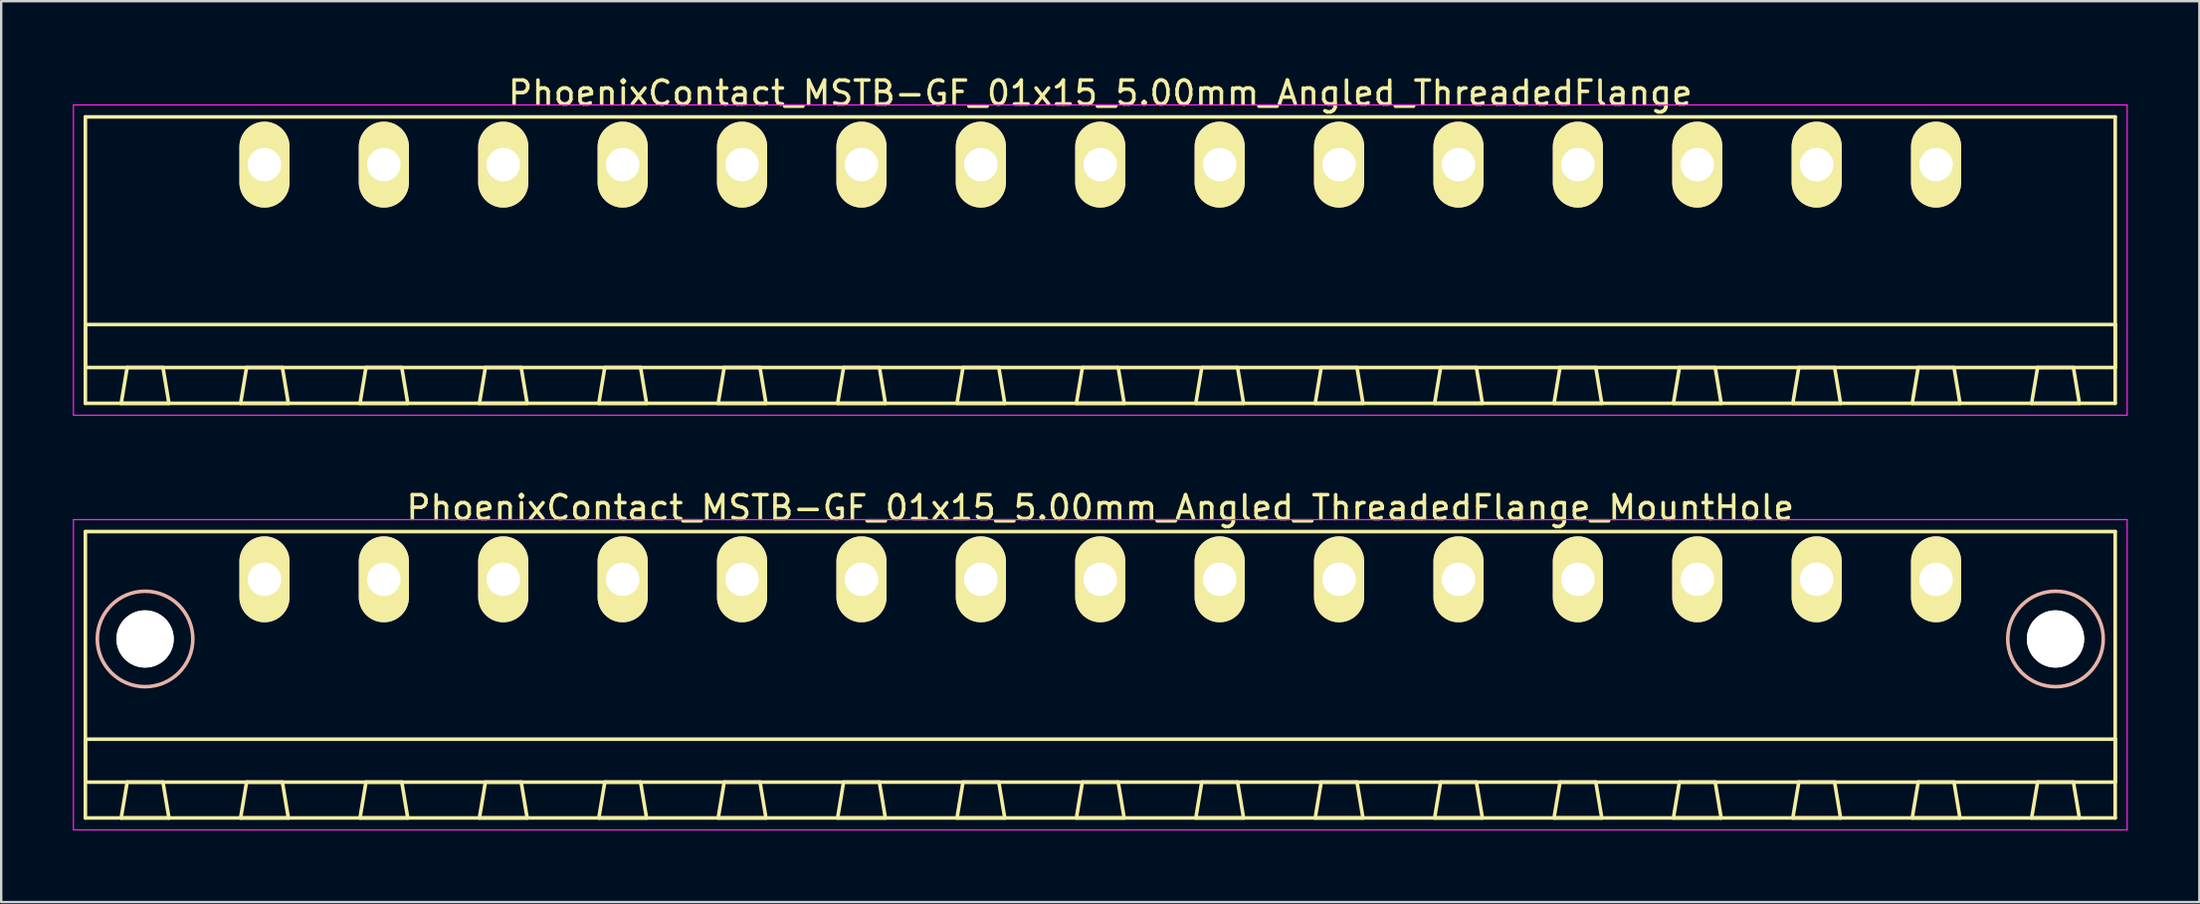
<source format=kicad_pcb>
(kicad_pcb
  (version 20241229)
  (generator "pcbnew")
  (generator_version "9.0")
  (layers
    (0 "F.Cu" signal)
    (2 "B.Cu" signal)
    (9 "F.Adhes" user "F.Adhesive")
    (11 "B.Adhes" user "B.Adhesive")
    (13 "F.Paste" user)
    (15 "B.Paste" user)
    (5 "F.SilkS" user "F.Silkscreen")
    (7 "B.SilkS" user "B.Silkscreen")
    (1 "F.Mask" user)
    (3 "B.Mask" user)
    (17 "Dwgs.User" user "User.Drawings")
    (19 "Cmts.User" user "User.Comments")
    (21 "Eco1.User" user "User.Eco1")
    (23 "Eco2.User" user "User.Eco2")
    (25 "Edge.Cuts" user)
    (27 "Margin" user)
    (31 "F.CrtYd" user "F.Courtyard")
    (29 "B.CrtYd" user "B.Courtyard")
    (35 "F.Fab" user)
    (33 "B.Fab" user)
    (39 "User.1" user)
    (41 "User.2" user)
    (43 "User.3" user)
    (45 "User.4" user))
  (footprint "PhoenixContact_MSTB-GF_01x15_5.00mm_Angled_ThreadedFlange_MountHole"
    (layer "F.Cu")
    (at 8.025 21.221)
    (property "Reference" "PhoenixContact_MSTB-GF_01x15_5.00mm_Angled_ThreadedFlange_MountHole" (at 35 -3 0) (layer "F.SilkS") (effects (font (size 1 1) (thickness 0.15))))
    (attr through_hole)
    (fp_line (start -7.5 -2) (end -7.5 10) (stroke (width 0.15) (type solid)) (layer "F.SilkS"))
    (fp_line (start -7.5 6.7) (end 77.5 6.7) (stroke (width 0.15) (type solid)) (layer "F.SilkS"))
    (fp_line (start -7.5 8.5) (end -7.5 6.7) (stroke (width 0.15) (type solid)) (layer "F.SilkS"))
    (fp_line (start -7.5 10) (end 77.5 10) (stroke (width 0.15) (type solid)) (layer "F.SilkS"))
    (fp_line (start -6 10) (end -4 10) (stroke (width 0.15) (type solid)) (layer "F.SilkS"))
    (fp_line (start -5.75 8.5) (end -6 10) (stroke (width 0.15) (type solid)) (layer "F.SilkS"))
    (fp_line (start -4.25 8.5) (end -5.75 8.5) (stroke (width 0.15) (type solid)) (layer "F.SilkS"))
    (fp_line (start -4 10) (end -4.25 8.5) (stroke (width 0.15) (type solid)) (layer "F.SilkS"))
    (fp_line (start -1 10) (end 1 10) (stroke (width 0.15) (type solid)) (layer "F.SilkS"))
    (fp_line (start -0.75 8.5) (end -1 10) (stroke (width 0.15) (type solid)) (layer "F.SilkS"))
    (fp_line (start 0.75 8.5) (end -0.75 8.5) (stroke (width 0.15) (type solid)) (layer "F.SilkS"))
    (fp_line (start 1 10) (end 0.75 8.5) (stroke (width 0.15) (type solid)) (layer "F.SilkS"))
    (fp_line (start 4 10) (end 6 10) (stroke (width 0.15) (type solid)) (layer "F.SilkS"))
    (fp_line (start 4.25 8.5) (end 4 10) (stroke (width 0.15) (type solid)) (layer "F.SilkS"))
    (fp_line (start 5.75 8.5) (end 4.25 8.5) (stroke (width 0.15) (type solid)) (layer "F.SilkS"))
    (fp_line (start 6 10) (end 5.75 8.5) (stroke (width 0.15) (type solid)) (layer "F.SilkS"))
    (fp_line (start 9 10) (end 11 10) (stroke (width 0.15) (type solid)) (layer "F.SilkS"))
    (fp_line (start 9.25 8.5) (end 9 10) (stroke (width 0.15) (type solid)) (layer "F.SilkS"))
    (fp_line (start 10.75 8.5) (end 9.25 8.5) (stroke (width 0.15) (type solid)) (layer "F.SilkS"))
    (fp_line (start 11 10) (end 10.75 8.5) (stroke (width 0.15) (type solid)) (layer "F.SilkS"))
    (fp_line (start 14 10) (end 16 10) (stroke (width 0.15) (type solid)) (layer "F.SilkS"))
    (fp_line (start 14.25 8.5) (end 14 10) (stroke (width 0.15) (type solid)) (layer "F.SilkS"))
    (fp_line (start 15.75 8.5) (end 14.25 8.5) (stroke (width 0.15) (type solid)) (layer "F.SilkS"))
    (fp_line (start 16 10) (end 15.75 8.5) (stroke (width 0.15) (type solid)) (layer "F.SilkS"))
    (fp_line (start 19 10) (end 21 10) (stroke (width 0.15) (type solid)) (layer "F.SilkS"))
    (fp_line (start 19.25 8.5) (end 19 10) (stroke (width 0.15) (type solid)) (layer "F.SilkS"))
    (fp_line (start 20.75 8.5) (end 19.25 8.5) (stroke (width 0.15) (type solid)) (layer "F.SilkS"))
    (fp_line (start 21 10) (end 20.75 8.5) (stroke (width 0.15) (type solid)) (layer "F.SilkS"))
    (fp_line (start 24 10) (end 26 10) (stroke (width 0.15) (type solid)) (layer "F.SilkS"))
    (fp_line (start 24.25 8.5) (end 24 10) (stroke (width 0.15) (type solid)) (layer "F.SilkS"))
    (fp_line (start 25.75 8.5) (end 24.25 8.5) (stroke (width 0.15) (type solid)) (layer "F.SilkS"))
    (fp_line (start 26 10) (end 25.75 8.5) (stroke (width 0.15) (type solid)) (layer "F.SilkS"))
    (fp_line (start 29 10) (end 31 10) (stroke (width 0.15) (type solid)) (layer "F.SilkS"))
    (fp_line (start 29.25 8.5) (end 29 10) (stroke (width 0.15) (type solid)) (layer "F.SilkS"))
    (fp_line (start 30.75 8.5) (end 29.25 8.5) (stroke (width 0.15) (type solid)) (layer "F.SilkS"))
    (fp_line (start 31 10) (end 30.75 8.5) (stroke (width 0.15) (type solid)) (layer "F.SilkS"))
    (fp_line (start 34 10) (end 36 10) (stroke (width 0.15) (type solid)) (layer "F.SilkS"))
    (fp_line (start 34.25 8.5) (end 34 10) (stroke (width 0.15) (type solid)) (layer "F.SilkS"))
    (fp_line (start 35.75 8.5) (end 34.25 8.5) (stroke (width 0.15) (type solid)) (layer "F.SilkS"))
    (fp_line (start 36 10) (end 35.75 8.5) (stroke (width 0.15) (type solid)) (layer "F.SilkS"))
    (fp_line (start 39 10) (end 41 10) (stroke (width 0.15) (type solid)) (layer "F.SilkS"))
    (fp_line (start 39.25 8.5) (end 39 10) (stroke (width 0.15) (type solid)) (layer "F.SilkS"))
    (fp_line (start 40.75 8.5) (end 39.25 8.5) (stroke (width 0.15) (type solid)) (layer "F.SilkS"))
    (fp_line (start 41 10) (end 40.75 8.5) (stroke (width 0.15) (type solid)) (layer "F.SilkS"))
    (fp_line (start 44 10) (end 46 10) (stroke (width 0.15) (type solid)) (layer "F.SilkS"))
    (fp_line (start 44.25 8.5) (end 44 10) (stroke (width 0.15) (type solid)) (layer "F.SilkS"))
    (fp_line (start 45.75 8.5) (end 44.25 8.5) (stroke (width 0.15) (type solid)) (layer "F.SilkS"))
    (fp_line (start 46 10) (end 45.75 8.5) (stroke (width 0.15) (type solid)) (layer "F.SilkS"))
    (fp_line (start 49 10) (end 51 10) (stroke (width 0.15) (type solid)) (layer "F.SilkS"))
    (fp_line (start 49.25 8.5) (end 49 10) (stroke (width 0.15) (type solid)) (layer "F.SilkS"))
    (fp_line (start 50.75 8.5) (end 49.25 8.5) (stroke (width 0.15) (type solid)) (layer "F.SilkS"))
    (fp_line (start 51 10) (end 50.75 8.5) (stroke (width 0.15) (type solid)) (layer "F.SilkS"))
    (fp_line (start 54 10) (end 56 10) (stroke (width 0.15) (type solid)) (layer "F.SilkS"))
    (fp_line (start 54.25 8.5) (end 54 10) (stroke (width 0.15) (type solid)) (layer "F.SilkS"))
    (fp_line (start 55.75 8.5) (end 54.25 8.5) (stroke (width 0.15) (type solid)) (layer "F.SilkS"))
    (fp_line (start 56 10) (end 55.75 8.5) (stroke (width 0.15) (type solid)) (layer "F.SilkS"))
    (fp_line (start 59 10) (end 61 10) (stroke (width 0.15) (type solid)) (layer "F.SilkS"))
    (fp_line (start 59.25 8.5) (end 59 10) (stroke (width 0.15) (type solid)) (layer "F.SilkS"))
    (fp_line (start 60.75 8.5) (end 59.25 8.5) (stroke (width 0.15) (type solid)) (layer "F.SilkS"))
    (fp_line (start 61 10) (end 60.75 8.5) (stroke (width 0.15) (type solid)) (layer "F.SilkS"))
    (fp_line (start 64 10) (end 66 10) (stroke (width 0.15) (type solid)) (layer "F.SilkS"))
    (fp_line (start 64.25 8.5) (end 64 10) (stroke (width 0.15) (type solid)) (layer "F.SilkS"))
    (fp_line (start 65.75 8.5) (end 64.25 8.5) (stroke (width 0.15) (type solid)) (layer "F.SilkS"))
    (fp_line (start 66 10) (end 65.75 8.5) (stroke (width 0.15) (type solid)) (layer "F.SilkS"))
    (fp_line (start 69 10) (end 71 10) (stroke (width 0.15) (type solid)) (layer "F.SilkS"))
    (fp_line (start 69.25 8.5) (end 69 10) (stroke (width 0.15) (type solid)) (layer "F.SilkS"))
    (fp_line (start 70.75 8.5) (end 69.25 8.5) (stroke (width 0.15) (type solid)) (layer "F.SilkS"))
    (fp_line (start 71 10) (end 70.75 8.5) (stroke (width 0.15) (type solid)) (layer "F.SilkS"))
    (fp_line (start 74 10) (end 76 10) (stroke (width 0.15) (type solid)) (layer "F.SilkS"))
    (fp_line (start 74.25 8.5) (end 74 10) (stroke (width 0.15) (type solid)) (layer "F.SilkS"))
    (fp_line (start 75.75 8.5) (end 74.25 8.5) (stroke (width 0.15) (type solid)) (layer "F.SilkS"))
    (fp_line (start 76 10) (end 75.75 8.5) (stroke (width 0.15) (type solid)) (layer "F.SilkS"))
    (fp_line (start 77.5 -2) (end -7.5 -2) (stroke (width 0.15) (type solid)) (layer "F.SilkS"))
    (fp_line (start 77.5 6.7) (end 77.5 8.5) (stroke (width 0.15) (type solid)) (layer "F.SilkS"))
    (fp_line (start 77.5 8.5) (end -7.5 8.5) (stroke (width 0.15) (type solid)) (layer "F.SilkS"))
    (fp_line (start 77.5 10) (end 77.5 -2) (stroke (width 0.15) (type solid)) (layer "F.SilkS"))
    (fp_circle (center -5 2.5) (end -3 2.5) (stroke (width 0.15) (type solid)) (fill no) (layer "B.SilkS"))
    (fp_circle (center 75 2.5) (end 77 2.5) (stroke (width 0.15) (type solid)) (fill no) (layer "B.SilkS"))
    (fp_line (start -8 -2.5) (end -8 10.5) (stroke (width 0.05) (type solid)) (layer "F.CrtYd"))
    (fp_line (start -8 10.5) (end 78 10.5) (stroke (width 0.05) (type solid)) (layer "F.CrtYd"))
    (fp_line (start 78 -2.5) (end -8 -2.5) (stroke (width 0.05) (type solid)) (layer "F.CrtYd"))
    (fp_line (start 78 10.5) (end 78 -2.5) (stroke (width 0.05) (type solid)) (layer "F.CrtYd"))
    (pad "" np_thru_hole circle (at -5 2.5) (size 2.4 2.4) (drill 2.4) (layers "*.Cu" "*.Mask" "F.SilkS"))
    (pad "" np_thru_hole circle (at 75 2.5) (size 2.4 2.4) (drill 2.4) (layers "*.Cu" "*.Mask" "F.SilkS"))
    (pad "1" thru_hole oval (at 0 0) (size 2.1 3.6) (drill 1.4) (layers "*.Cu" "*.Mask" "F.SilkS"))
    (pad "2" thru_hole oval (at 5 0) (size 2.1 3.6) (drill 1.4) (layers "*.Cu" "*.Mask" "F.SilkS"))
    (pad "3" thru_hole oval (at 10 0) (size 2.1 3.6) (drill 1.4) (layers "*.Cu" "*.Mask" "F.SilkS"))
    (pad "4" thru_hole oval (at 15 0) (size 2.1 3.6) (drill 1.4) (layers "*.Cu" "*.Mask" "F.SilkS"))
    (pad "5" thru_hole oval (at 20 0) (size 2.1 3.6) (drill 1.4) (layers "*.Cu" "*.Mask" "F.SilkS"))
    (pad "6" thru_hole oval (at 25 0) (size 2.1 3.6) (drill 1.4) (layers "*.Cu" "*.Mask" "F.SilkS"))
    (pad "7" thru_hole oval (at 30 0) (size 2.1 3.6) (drill 1.4) (layers "*.Cu" "*.Mask" "F.SilkS"))
    (pad "8" thru_hole oval (at 35 0) (size 2.1 3.6) (drill 1.4) (layers "*.Cu" "*.Mask" "F.SilkS"))
    (pad "9" thru_hole oval (at 40 0) (size 2.1 3.6) (drill 1.4) (layers "*.Cu" "*.Mask" "F.SilkS"))
    (pad "10" thru_hole oval (at 45 0) (size 2.1 3.6) (drill 1.4) (layers "*.Cu" "*.Mask" "F.SilkS"))
    (pad "11" thru_hole oval (at 50 0) (size 2.1 3.6) (drill 1.4) (layers "*.Cu" "*.Mask" "F.SilkS"))
    (pad "12" thru_hole oval (at 55 0) (size 2.1 3.6) (drill 1.4) (layers "*.Cu" "*.Mask" "F.SilkS"))
    (pad "13" thru_hole oval (at 60 0) (size 2.1 3.6) (drill 1.4) (layers "*.Cu" "*.Mask" "F.SilkS"))
    (pad "14" thru_hole oval (at 65 0) (size 2.1 3.6) (drill 1.4) (layers "*.Cu" "*.Mask" "F.SilkS"))
    (pad "15" thru_hole oval (at 70 0) (size 2.1 3.6) (drill 1.4) (layers "*.Cu" "*.Mask" "F.SilkS")))
  (footprint "PhoenixContact_MSTB-GF_01x15_5.00mm_Angled_ThreadedFlange"
    (layer "F.Cu")
    (at 8.025 3.848)
    (property "Reference" "PhoenixContact_MSTB-GF_01x15_5.00mm_Angled_ThreadedFlange" (at 35 -3 0) (layer "F.SilkS") (effects (font (size 1 1) (thickness 0.15))))
    (attr through_hole)
    (fp_line (start -7.5 -2) (end -7.5 10) (stroke (width 0.15) (type solid)) (layer "F.SilkS"))
    (fp_line (start -7.5 6.7) (end 77.5 6.7) (stroke (width 0.15) (type solid)) (layer "F.SilkS"))
    (fp_line (start -7.5 8.5) (end -7.5 6.7) (stroke (width 0.15) (type solid)) (layer "F.SilkS"))
    (fp_line (start -7.5 10) (end 77.5 10) (stroke (width 0.15) (type solid)) (layer "F.SilkS"))
    (fp_line (start -6 10) (end -4 10) (stroke (width 0.15) (type solid)) (layer "F.SilkS"))
    (fp_line (start -5.75 8.5) (end -6 10) (stroke (width 0.15) (type solid)) (layer "F.SilkS"))
    (fp_line (start -4.25 8.5) (end -5.75 8.5) (stroke (width 0.15) (type solid)) (layer "F.SilkS"))
    (fp_line (start -4 10) (end -4.25 8.5) (stroke (width 0.15) (type solid)) (layer "F.SilkS"))
    (fp_line (start -1 10) (end 1 10) (stroke (width 0.15) (type solid)) (layer "F.SilkS"))
    (fp_line (start -0.75 8.5) (end -1 10) (stroke (width 0.15) (type solid)) (layer "F.SilkS"))
    (fp_line (start 0.75 8.5) (end -0.75 8.5) (stroke (width 0.15) (type solid)) (layer "F.SilkS"))
    (fp_line (start 1 10) (end 0.75 8.5) (stroke (width 0.15) (type solid)) (layer "F.SilkS"))
    (fp_line (start 4 10) (end 6 10) (stroke (width 0.15) (type solid)) (layer "F.SilkS"))
    (fp_line (start 4.25 8.5) (end 4 10) (stroke (width 0.15) (type solid)) (layer "F.SilkS"))
    (fp_line (start 5.75 8.5) (end 4.25 8.5) (stroke (width 0.15) (type solid)) (layer "F.SilkS"))
    (fp_line (start 6 10) (end 5.75 8.5) (stroke (width 0.15) (type solid)) (layer "F.SilkS"))
    (fp_line (start 9 10) (end 11 10) (stroke (width 0.15) (type solid)) (layer "F.SilkS"))
    (fp_line (start 9.25 8.5) (end 9 10) (stroke (width 0.15) (type solid)) (layer "F.SilkS"))
    (fp_line (start 10.75 8.5) (end 9.25 8.5) (stroke (width 0.15) (type solid)) (layer "F.SilkS"))
    (fp_line (start 11 10) (end 10.75 8.5) (stroke (width 0.15) (type solid)) (layer "F.SilkS"))
    (fp_line (start 14 10) (end 16 10) (stroke (width 0.15) (type solid)) (layer "F.SilkS"))
    (fp_line (start 14.25 8.5) (end 14 10) (stroke (width 0.15) (type solid)) (layer "F.SilkS"))
    (fp_line (start 15.75 8.5) (end 14.25 8.5) (stroke (width 0.15) (type solid)) (layer "F.SilkS"))
    (fp_line (start 16 10) (end 15.75 8.5) (stroke (width 0.15) (type solid)) (layer "F.SilkS"))
    (fp_line (start 19 10) (end 21 10) (stroke (width 0.15) (type solid)) (layer "F.SilkS"))
    (fp_line (start 19.25 8.5) (end 19 10) (stroke (width 0.15) (type solid)) (layer "F.SilkS"))
    (fp_line (start 20.75 8.5) (end 19.25 8.5) (stroke (width 0.15) (type solid)) (layer "F.SilkS"))
    (fp_line (start 21 10) (end 20.75 8.5) (stroke (width 0.15) (type solid)) (layer "F.SilkS"))
    (fp_line (start 24 10) (end 26 10) (stroke (width 0.15) (type solid)) (layer "F.SilkS"))
    (fp_line (start 24.25 8.5) (end 24 10) (stroke (width 0.15) (type solid)) (layer "F.SilkS"))
    (fp_line (start 25.75 8.5) (end 24.25 8.5) (stroke (width 0.15) (type solid)) (layer "F.SilkS"))
    (fp_line (start 26 10) (end 25.75 8.5) (stroke (width 0.15) (type solid)) (layer "F.SilkS"))
    (fp_line (start 29 10) (end 31 10) (stroke (width 0.15) (type solid)) (layer "F.SilkS"))
    (fp_line (start 29.25 8.5) (end 29 10) (stroke (width 0.15) (type solid)) (layer "F.SilkS"))
    (fp_line (start 30.75 8.5) (end 29.25 8.5) (stroke (width 0.15) (type solid)) (layer "F.SilkS"))
    (fp_line (start 31 10) (end 30.75 8.5) (stroke (width 0.15) (type solid)) (layer "F.SilkS"))
    (fp_line (start 34 10) (end 36 10) (stroke (width 0.15) (type solid)) (layer "F.SilkS"))
    (fp_line (start 34.25 8.5) (end 34 10) (stroke (width 0.15) (type solid)) (layer "F.SilkS"))
    (fp_line (start 35.75 8.5) (end 34.25 8.5) (stroke (width 0.15) (type solid)) (layer "F.SilkS"))
    (fp_line (start 36 10) (end 35.75 8.5) (stroke (width 0.15) (type solid)) (layer "F.SilkS"))
    (fp_line (start 39 10) (end 41 10) (stroke (width 0.15) (type solid)) (layer "F.SilkS"))
    (fp_line (start 39.25 8.5) (end 39 10) (stroke (width 0.15) (type solid)) (layer "F.SilkS"))
    (fp_line (start 40.75 8.5) (end 39.25 8.5) (stroke (width 0.15) (type solid)) (layer "F.SilkS"))
    (fp_line (start 41 10) (end 40.75 8.5) (stroke (width 0.15) (type solid)) (layer "F.SilkS"))
    (fp_line (start 44 10) (end 46 10) (stroke (width 0.15) (type solid)) (layer "F.SilkS"))
    (fp_line (start 44.25 8.5) (end 44 10) (stroke (width 0.15) (type solid)) (layer "F.SilkS"))
    (fp_line (start 45.75 8.5) (end 44.25 8.5) (stroke (width 0.15) (type solid)) (layer "F.SilkS"))
    (fp_line (start 46 10) (end 45.75 8.5) (stroke (width 0.15) (type solid)) (layer "F.SilkS"))
    (fp_line (start 49 10) (end 51 10) (stroke (width 0.15) (type solid)) (layer "F.SilkS"))
    (fp_line (start 49.25 8.5) (end 49 10) (stroke (width 0.15) (type solid)) (layer "F.SilkS"))
    (fp_line (start 50.75 8.5) (end 49.25 8.5) (stroke (width 0.15) (type solid)) (layer "F.SilkS"))
    (fp_line (start 51 10) (end 50.75 8.5) (stroke (width 0.15) (type solid)) (layer "F.SilkS"))
    (fp_line (start 54 10) (end 56 10) (stroke (width 0.15) (type solid)) (layer "F.SilkS"))
    (fp_line (start 54.25 8.5) (end 54 10) (stroke (width 0.15) (type solid)) (layer "F.SilkS"))
    (fp_line (start 55.75 8.5) (end 54.25 8.5) (stroke (width 0.15) (type solid)) (layer "F.SilkS"))
    (fp_line (start 56 10) (end 55.75 8.5) (stroke (width 0.15) (type solid)) (layer "F.SilkS"))
    (fp_line (start 59 10) (end 61 10) (stroke (width 0.15) (type solid)) (layer "F.SilkS"))
    (fp_line (start 59.25 8.5) (end 59 10) (stroke (width 0.15) (type solid)) (layer "F.SilkS"))
    (fp_line (start 60.75 8.5) (end 59.25 8.5) (stroke (width 0.15) (type solid)) (layer "F.SilkS"))
    (fp_line (start 61 10) (end 60.75 8.5) (stroke (width 0.15) (type solid)) (layer "F.SilkS"))
    (fp_line (start 64 10) (end 66 10) (stroke (width 0.15) (type solid)) (layer "F.SilkS"))
    (fp_line (start 64.25 8.5) (end 64 10) (stroke (width 0.15) (type solid)) (layer "F.SilkS"))
    (fp_line (start 65.75 8.5) (end 64.25 8.5) (stroke (width 0.15) (type solid)) (layer "F.SilkS"))
    (fp_line (start 66 10) (end 65.75 8.5) (stroke (width 0.15) (type solid)) (layer "F.SilkS"))
    (fp_line (start 69 10) (end 71 10) (stroke (width 0.15) (type solid)) (layer "F.SilkS"))
    (fp_line (start 69.25 8.5) (end 69 10) (stroke (width 0.15) (type solid)) (layer "F.SilkS"))
    (fp_line (start 70.75 8.5) (end 69.25 8.5) (stroke (width 0.15) (type solid)) (layer "F.SilkS"))
    (fp_line (start 71 10) (end 70.75 8.5) (stroke (width 0.15) (type solid)) (layer "F.SilkS"))
    (fp_line (start 74 10) (end 76 10) (stroke (width 0.15) (type solid)) (layer "F.SilkS"))
    (fp_line (start 74.25 8.5) (end 74 10) (stroke (width 0.15) (type solid)) (layer "F.SilkS"))
    (fp_line (start 75.75 8.5) (end 74.25 8.5) (stroke (width 0.15) (type solid)) (layer "F.SilkS"))
    (fp_line (start 76 10) (end 75.75 8.5) (stroke (width 0.15) (type solid)) (layer "F.SilkS"))
    (fp_line (start 77.5 -2) (end -7.5 -2) (stroke (width 0.15) (type solid)) (layer "F.SilkS"))
    (fp_line (start 77.5 6.7) (end 77.5 8.5) (stroke (width 0.15) (type solid)) (layer "F.SilkS"))
    (fp_line (start 77.5 8.5) (end -7.5 8.5) (stroke (width 0.15) (type solid)) (layer "F.SilkS"))
    (fp_line (start 77.5 10) (end 77.5 -2) (stroke (width 0.15) (type solid)) (layer "F.SilkS"))
    (fp_line (start -8 -2.5) (end -8 10.5) (stroke (width 0.05) (type solid)) (layer "F.CrtYd"))
    (fp_line (start -8 10.5) (end 78 10.5) (stroke (width 0.05) (type solid)) (layer "F.CrtYd"))
    (fp_line (start 78 -2.5) (end -8 -2.5) (stroke (width 0.05) (type solid)) (layer "F.CrtYd"))
    (fp_line (start 78 10.5) (end 78 -2.5) (stroke (width 0.05) (type solid)) (layer "F.CrtYd"))
    (pad "1" thru_hole oval (at 0 0) (size 2.1 3.6) (drill 1.4) (layers "*.Cu" "*.Mask" "F.SilkS"))
    (pad "2" thru_hole oval (at 5 0) (size 2.1 3.6) (drill 1.4) (layers "*.Cu" "*.Mask" "F.SilkS"))
    (pad "3" thru_hole oval (at 10 0) (size 2.1 3.6) (drill 1.4) (layers "*.Cu" "*.Mask" "F.SilkS"))
    (pad "4" thru_hole oval (at 15 0) (size 2.1 3.6) (drill 1.4) (layers "*.Cu" "*.Mask" "F.SilkS"))
    (pad "5" thru_hole oval (at 20 0) (size 2.1 3.6) (drill 1.4) (layers "*.Cu" "*.Mask" "F.SilkS"))
    (pad "6" thru_hole oval (at 25 0) (size 2.1 3.6) (drill 1.4) (layers "*.Cu" "*.Mask" "F.SilkS"))
    (pad "7" thru_hole oval (at 30 0) (size 2.1 3.6) (drill 1.4) (layers "*.Cu" "*.Mask" "F.SilkS"))
    (pad "8" thru_hole oval (at 35 0) (size 2.1 3.6) (drill 1.4) (layers "*.Cu" "*.Mask" "F.SilkS"))
    (pad "9" thru_hole oval (at 40 0) (size 2.1 3.6) (drill 1.4) (layers "*.Cu" "*.Mask" "F.SilkS"))
    (pad "10" thru_hole oval (at 45 0) (size 2.1 3.6) (drill 1.4) (layers "*.Cu" "*.Mask" "F.SilkS"))
    (pad "11" thru_hole oval (at 50 0) (size 2.1 3.6) (drill 1.4) (layers "*.Cu" "*.Mask" "F.SilkS"))
    (pad "12" thru_hole oval (at 55 0) (size 2.1 3.6) (drill 1.4) (layers "*.Cu" "*.Mask" "F.SilkS"))
    (pad "13" thru_hole oval (at 60 0) (size 2.1 3.6) (drill 1.4) (layers "*.Cu" "*.Mask" "F.SilkS"))
    (pad "14" thru_hole oval (at 65 0) (size 2.1 3.6) (drill 1.4) (layers "*.Cu" "*.Mask" "F.SilkS"))
    (pad "15" thru_hole oval (at 70 0) (size 2.1 3.6) (drill 1.4) (layers "*.Cu" "*.Mask" "F.SilkS")))
  (gr_rect
    (start -3 -3)
    (end 89.05 34.746)
    (stroke (width 0.1) (type default))
    (fill no)
    (layer "Edge.Cuts")))
</source>
